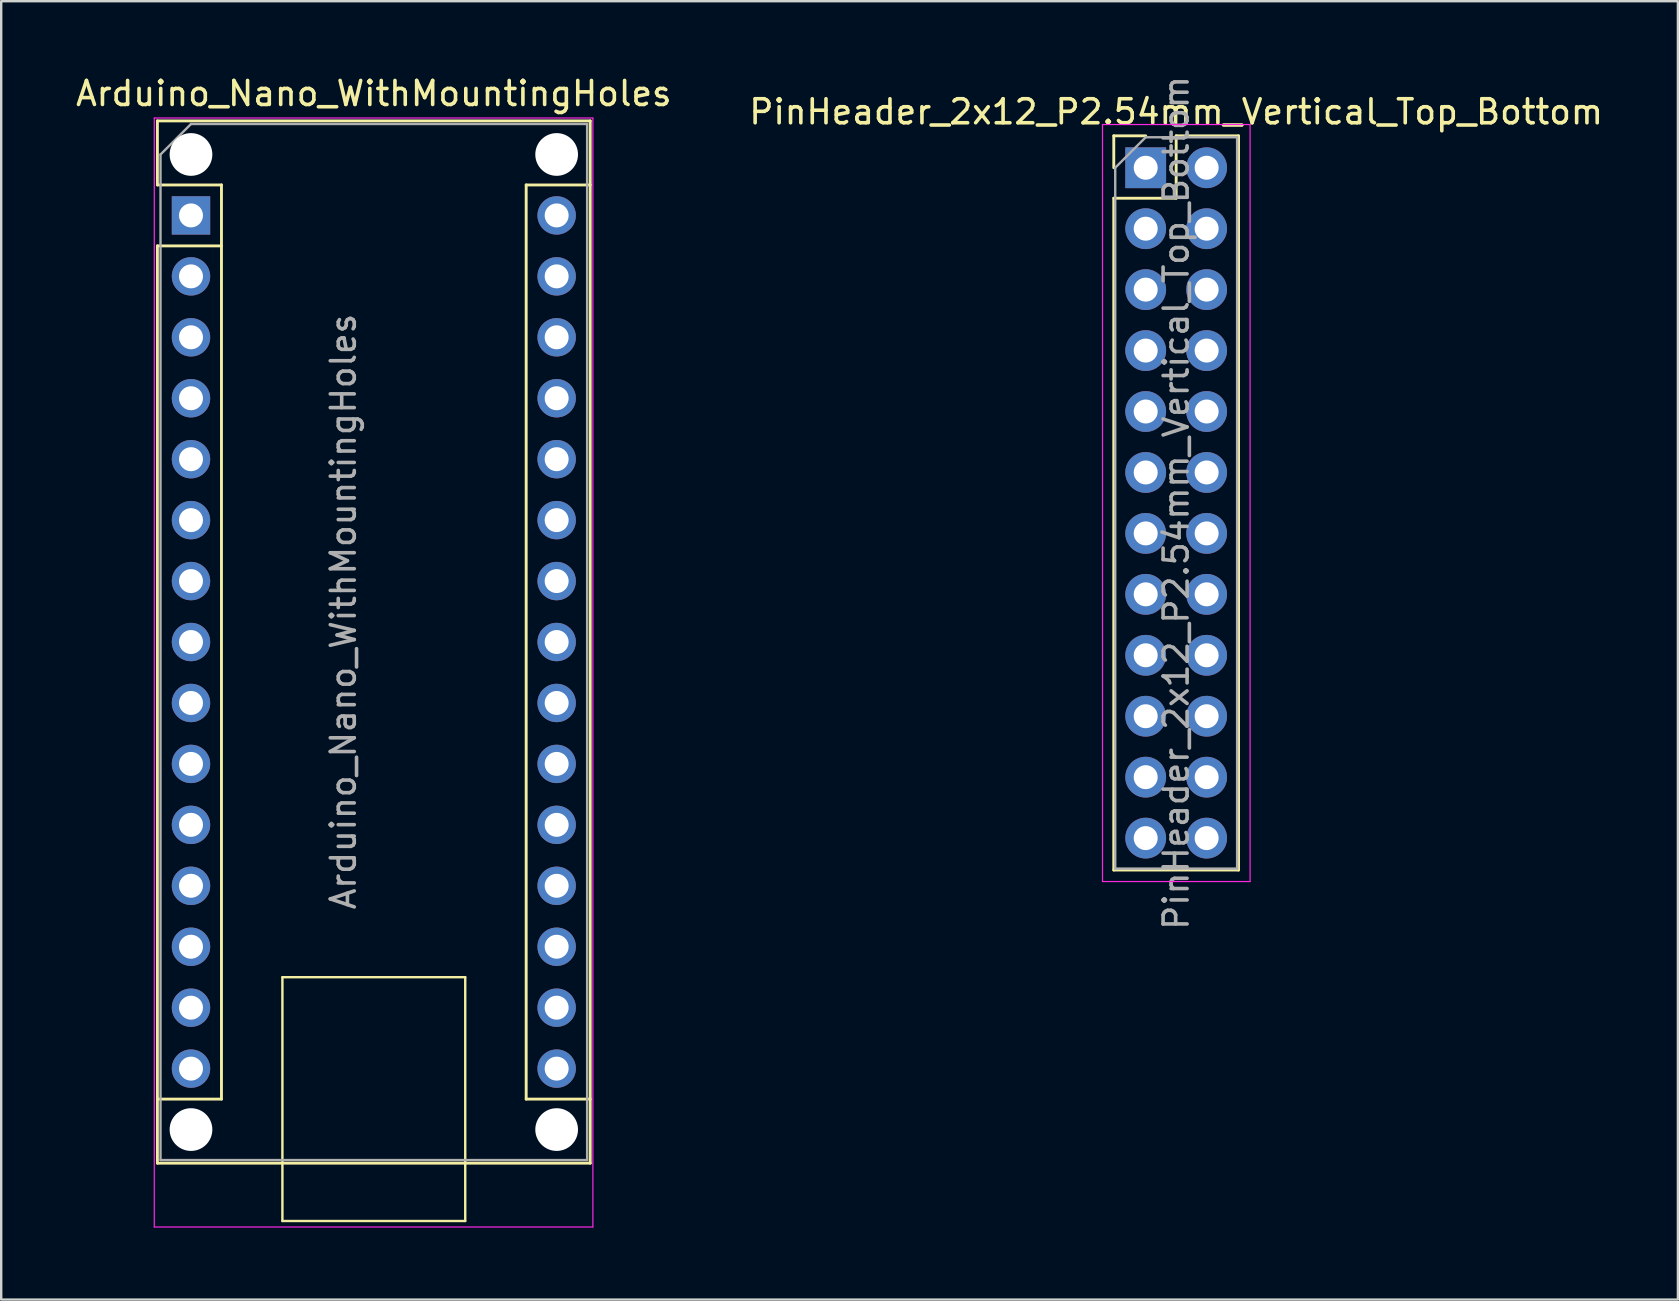
<source format=kicad_pcb>
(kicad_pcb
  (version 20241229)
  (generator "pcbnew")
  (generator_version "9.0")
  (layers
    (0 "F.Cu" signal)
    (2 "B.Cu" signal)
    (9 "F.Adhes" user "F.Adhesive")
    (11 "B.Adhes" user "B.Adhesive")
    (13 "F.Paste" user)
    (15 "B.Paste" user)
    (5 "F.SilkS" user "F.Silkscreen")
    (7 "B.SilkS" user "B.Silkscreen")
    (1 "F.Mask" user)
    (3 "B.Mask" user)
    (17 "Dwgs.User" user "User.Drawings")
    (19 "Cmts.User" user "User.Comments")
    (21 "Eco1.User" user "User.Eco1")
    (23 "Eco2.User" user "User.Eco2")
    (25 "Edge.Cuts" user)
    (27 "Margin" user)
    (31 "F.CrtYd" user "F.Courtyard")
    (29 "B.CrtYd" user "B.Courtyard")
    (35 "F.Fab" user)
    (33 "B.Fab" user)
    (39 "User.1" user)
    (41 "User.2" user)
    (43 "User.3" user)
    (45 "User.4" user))
  (footprint "Arduino_Nano_WithMountingHoles"
    (layer "F.Cu")
    (at 4.91 5.928)
    (property "Reference" "Arduino_Nano_WithMountingHoles" (at 7.62 -5.08 0) (layer "F.SilkS") (effects (font (size 1 1) (thickness 0.15))))
    (attr through_hole)
    (fp_line (start -1.4 -3.94) (end -1.4 -1.27) (stroke (width 0.12) (type solid)) (layer "F.SilkS"))
    (fp_line (start -1.4 1.27) (end -1.4 39.5) (stroke (width 0.12) (type solid)) (layer "F.SilkS"))
    (fp_line (start -1.4 39.5) (end 16.64 39.5) (stroke (width 0.12) (type solid)) (layer "F.SilkS"))
    (fp_line (start 1.27 -1.27) (end -1.4 -1.27) (stroke (width 0.12) (type solid)) (layer "F.SilkS"))
    (fp_line (start 1.27 1.27) (end -1.4 1.27) (stroke (width 0.12) (type solid)) (layer "F.SilkS"))
    (fp_line (start 1.27 1.27) (end 1.27 -1.27) (stroke (width 0.12) (type solid)) (layer "F.SilkS"))
    (fp_line (start 1.27 1.27) (end 1.27 36.83) (stroke (width 0.12) (type solid)) (layer "F.SilkS"))
    (fp_line (start 1.27 36.83) (end -1.4 36.83) (stroke (width 0.12) (type solid)) (layer "F.SilkS"))
    (fp_line (start 3.81 31.75) (end 11.43 31.75) (stroke (width 0.1) (type solid)) (layer "F.SilkS"))
    (fp_line (start 3.81 41.91) (end 3.81 31.75) (stroke (width 0.1) (type solid)) (layer "F.SilkS"))
    (fp_line (start 11.43 31.75) (end 11.43 41.91) (stroke (width 0.1) (type solid)) (layer "F.SilkS"))
    (fp_line (start 11.43 41.91) (end 3.81 41.91) (stroke (width 0.1) (type solid)) (layer "F.SilkS"))
    (fp_line (start 13.97 -1.27) (end 13.97 36.83) (stroke (width 0.12) (type solid)) (layer "F.SilkS"))
    (fp_line (start 13.97 -1.27) (end 16.64 -1.27) (stroke (width 0.12) (type solid)) (layer "F.SilkS"))
    (fp_line (start 13.97 36.83) (end 16.64 36.83) (stroke (width 0.12) (type solid)) (layer "F.SilkS"))
    (fp_line (start 16.64 -3.94) (end -1.4 -3.94) (stroke (width 0.12) (type solid)) (layer "F.SilkS"))
    (fp_line (start 16.64 39.5) (end 16.64 -3.94) (stroke (width 0.12) (type solid)) (layer "F.SilkS"))
    (fp_line (start -1.53 -4.06) (end -1.53 42.16) (stroke (width 0.05) (type solid)) (layer "F.CrtYd"))
    (fp_line (start -1.53 -4.06) (end 16.75 -4.06) (stroke (width 0.05) (type solid)) (layer "F.CrtYd"))
    (fp_line (start 16.75 42.16) (end -1.53 42.16) (stroke (width 0.05) (type solid)) (layer "F.CrtYd"))
    (fp_line (start 16.75 42.16) (end 16.75 -4.06) (stroke (width 0.05) (type solid)) (layer "F.CrtYd"))
    (fp_line (start -1.27 -2.54) (end 0 -3.81) (stroke (width 0.1) (type solid)) (layer "F.Fab"))
    (fp_line (start -1.27 39.37) (end -1.27 -2.54) (stroke (width 0.1) (type solid)) (layer "F.Fab"))
    (fp_line (start 0 -3.81) (end 16.51 -3.81) (stroke (width 0.1) (type solid)) (layer "F.Fab"))
    (fp_line (start 16.51 -3.81) (end 16.51 39.37) (stroke (width 0.1) (type solid)) (layer "F.Fab"))
    (fp_line (start 16.51 39.37) (end -1.27 39.37) (stroke (width 0.1) (type solid)) (layer "F.Fab"))
    (fp_text user "${REFERENCE}" (at 6.35 16.51 90) (layer "F.Fab") (effects (font (size 1 1) (thickness 0.15))))
    (pad "" np_thru_hole circle (at 0 -2.54) (size 1.78 1.78) (drill 1.78) (layers "*.Cu" "*.Mask"))
    (pad "" np_thru_hole circle (at 0 38.1) (size 1.78 1.78) (drill 1.78) (layers "*.Cu" "*.Mask"))
    (pad "" np_thru_hole circle (at 15.24 -2.54) (size 1.78 1.78) (drill 1.78) (layers "*.Cu" "*.Mask"))
    (pad "" np_thru_hole circle (at 15.24 38.1) (size 1.78 1.78) (drill 1.78) (layers "*.Cu" "*.Mask"))
    (pad "1" thru_hole rect (at 0 0) (size 1.6 1.6) (drill 1) (layers "*.Cu" "*.Mask"))
    (pad "2" thru_hole oval (at 0 2.54) (size 1.6 1.6) (drill 1) (layers "*.Cu" "*.Mask"))
    (pad "3" thru_hole oval (at 0 5.08) (size 1.6 1.6) (drill 1) (layers "*.Cu" "*.Mask"))
    (pad "4" thru_hole oval (at 0 7.62) (size 1.6 1.6) (drill 1) (layers "*.Cu" "*.Mask"))
    (pad "5" thru_hole oval (at 0 10.16) (size 1.6 1.6) (drill 1) (layers "*.Cu" "*.Mask"))
    (pad "6" thru_hole oval (at 0 12.7) (size 1.6 1.6) (drill 1) (layers "*.Cu" "*.Mask"))
    (pad "7" thru_hole oval (at 0 15.24) (size 1.6 1.6) (drill 1) (layers "*.Cu" "*.Mask"))
    (pad "8" thru_hole oval (at 0 17.78) (size 1.6 1.6) (drill 1) (layers "*.Cu" "*.Mask"))
    (pad "9" thru_hole oval (at 0 20.32) (size 1.6 1.6) (drill 1) (layers "*.Cu" "*.Mask"))
    (pad "10" thru_hole oval (at 0 22.86) (size 1.6 1.6) (drill 1) (layers "*.Cu" "*.Mask"))
    (pad "11" thru_hole oval (at 0 25.4) (size 1.6 1.6) (drill 1) (layers "*.Cu" "*.Mask"))
    (pad "12" thru_hole oval (at 0 27.94) (size 1.6 1.6) (drill 1) (layers "*.Cu" "*.Mask"))
    (pad "13" thru_hole oval (at 0 30.48) (size 1.6 1.6) (drill 1) (layers "*.Cu" "*.Mask"))
    (pad "14" thru_hole oval (at 0 33.02) (size 1.6 1.6) (drill 1) (layers "*.Cu" "*.Mask"))
    (pad "15" thru_hole oval (at 0 35.56) (size 1.6 1.6) (drill 1) (layers "*.Cu" "*.Mask"))
    (pad "16" thru_hole oval (at 15.24 35.56) (size 1.6 1.6) (drill 1) (layers "*.Cu" "*.Mask"))
    (pad "17" thru_hole oval (at 15.24 33.02) (size 1.6 1.6) (drill 1) (layers "*.Cu" "*.Mask"))
    (pad "18" thru_hole oval (at 15.24 30.48) (size 1.6 1.6) (drill 1) (layers "*.Cu" "*.Mask"))
    (pad "19" thru_hole oval (at 15.24 27.94) (size 1.6 1.6) (drill 1) (layers "*.Cu" "*.Mask"))
    (pad "20" thru_hole oval (at 15.24 25.4) (size 1.6 1.6) (drill 1) (layers "*.Cu" "*.Mask"))
    (pad "21" thru_hole oval (at 15.24 22.86) (size 1.6 1.6) (drill 1) (layers "*.Cu" "*.Mask"))
    (pad "22" thru_hole oval (at 15.24 20.32) (size 1.6 1.6) (drill 1) (layers "*.Cu" "*.Mask"))
    (pad "23" thru_hole oval (at 15.24 17.78) (size 1.6 1.6) (drill 1) (layers "*.Cu" "*.Mask"))
    (pad "24" thru_hole oval (at 15.24 15.24) (size 1.6 1.6) (drill 1) (layers "*.Cu" "*.Mask"))
    (pad "25" thru_hole oval (at 15.24 12.7) (size 1.6 1.6) (drill 1) (layers "*.Cu" "*.Mask"))
    (pad "26" thru_hole oval (at 15.24 10.16) (size 1.6 1.6) (drill 1) (layers "*.Cu" "*.Mask"))
    (pad "27" thru_hole oval (at 15.24 7.62) (size 1.6 1.6) (drill 1) (layers "*.Cu" "*.Mask"))
    (pad "28" thru_hole oval (at 15.24 5.08) (size 1.6 1.6) (drill 1) (layers "*.Cu" "*.Mask"))
    (pad "29" thru_hole oval (at 15.24 2.54) (size 1.6 1.6) (drill 1) (layers "*.Cu" "*.Mask"))
    (pad "30" thru_hole oval (at 15.24 0) (size 1.6 1.6) (drill 1) (layers "*.Cu" "*.Mask")))
  (footprint "PinHeader_2x12_P2.54mm_Vertical_Top_Bottom"
    (layer "F.Cu")
    (at 44.7 3.941)
    (property "Reference" "PinHeader_2x12_P2.54mm_Vertical_Top_Bottom" (at 1.27 -2.33 0) (layer "F.SilkS") (effects (font (size 1 1) (thickness 0.15))))
    (attr through_hole)
    (fp_line (start -1.33 -1.33) (end 0 -1.33) (stroke (width 0.12) (type solid)) (layer "F.SilkS"))
    (fp_line (start -1.33 0) (end -1.33 -1.33) (stroke (width 0.12) (type solid)) (layer "F.SilkS"))
    (fp_line (start -1.33 1.27) (end -1.33 29.27) (stroke (width 0.12) (type solid)) (layer "F.SilkS"))
    (fp_line (start -1.33 1.27) (end 1.27 1.27) (stroke (width 0.12) (type solid)) (layer "F.SilkS"))
    (fp_line (start -1.33 29.27) (end 3.87 29.27) (stroke (width 0.12) (type solid)) (layer "F.SilkS"))
    (fp_line (start 1.27 -1.33) (end 3.87 -1.33) (stroke (width 0.12) (type solid)) (layer "F.SilkS"))
    (fp_line (start 1.27 1.27) (end 1.27 -1.33) (stroke (width 0.12) (type solid)) (layer "F.SilkS"))
    (fp_line (start 3.87 -1.33) (end 3.87 29.27) (stroke (width 0.12) (type solid)) (layer "F.SilkS"))
    (fp_line (start -1.8 -1.8) (end -1.8 29.75) (stroke (width 0.05) (type solid)) (layer "F.CrtYd"))
    (fp_line (start -1.8 29.75) (end 4.35 29.75) (stroke (width 0.05) (type solid)) (layer "F.CrtYd"))
    (fp_line (start 4.35 -1.8) (end -1.8 -1.8) (stroke (width 0.05) (type solid)) (layer "F.CrtYd"))
    (fp_line (start 4.35 29.75) (end 4.35 -1.8) (stroke (width 0.05) (type solid)) (layer "F.CrtYd"))
    (fp_line (start -1.27 0) (end 0 -1.27) (stroke (width 0.1) (type solid)) (layer "F.Fab"))
    (fp_line (start -1.27 29.21) (end -1.27 0) (stroke (width 0.1) (type solid)) (layer "F.Fab"))
    (fp_line (start 0 -1.27) (end 3.81 -1.27) (stroke (width 0.1) (type solid)) (layer "F.Fab"))
    (fp_line (start 3.81 -1.27) (end 3.81 29.21) (stroke (width 0.1) (type solid)) (layer "F.Fab"))
    (fp_line (start 3.81 29.21) (end -1.27 29.21) (stroke (width 0.1) (type solid)) (layer "F.Fab"))
    (fp_text user "${REFERENCE}" (at 1.27 13.97 90) (layer "F.Fab") (effects (font (size 1 1) (thickness 0.15))))
    (pad "1" thru_hole rect (at 0 0) (size 1.7 1.7) (drill 1) (layers "*.Cu" "*.Mask"))
    (pad "2" thru_hole oval (at 0 2.54) (size 1.7 1.7) (drill 1) (layers "*.Cu" "*.Mask"))
    (pad "3" thru_hole oval (at 0 5.08) (size 1.7 1.7) (drill 1) (layers "*.Cu" "*.Mask"))
    (pad "4" thru_hole oval (at 0 7.62) (size 1.7 1.7) (drill 1) (layers "*.Cu" "*.Mask"))
    (pad "5" thru_hole oval (at 0 10.16) (size 1.7 1.7) (drill 1) (layers "*.Cu" "*.Mask"))
    (pad "6" thru_hole oval (at 0 12.7) (size 1.7 1.7) (drill 1) (layers "*.Cu" "*.Mask"))
    (pad "7" thru_hole oval (at 0 15.24) (size 1.7 1.7) (drill 1) (layers "*.Cu" "*.Mask"))
    (pad "8" thru_hole oval (at 0 17.78) (size 1.7 1.7) (drill 1) (layers "*.Cu" "*.Mask"))
    (pad "9" thru_hole oval (at 0 20.32) (size 1.7 1.7) (drill 1) (layers "*.Cu" "*.Mask"))
    (pad "10" thru_hole oval (at 0 22.86) (size 1.7 1.7) (drill 1) (layers "*.Cu" "*.Mask"))
    (pad "11" thru_hole oval (at 0 25.4) (size 1.7 1.7) (drill 1) (layers "*.Cu" "*.Mask"))
    (pad "12" thru_hole oval (at 0 27.94) (size 1.7 1.7) (drill 1) (layers "*.Cu" "*.Mask"))
    (pad "13" thru_hole oval (at 2.54 0) (size 1.7 1.7) (drill 1) (layers "*.Cu" "*.Mask"))
    (pad "14" thru_hole oval (at 2.54 2.54) (size 1.7 1.7) (drill 1) (layers "*.Cu" "*.Mask"))
    (pad "15" thru_hole oval (at 2.54 5.08) (size 1.7 1.7) (drill 1) (layers "*.Cu" "*.Mask"))
    (pad "16" thru_hole oval (at 2.54 7.62) (size 1.7 1.7) (drill 1) (layers "*.Cu" "*.Mask"))
    (pad "17" thru_hole oval (at 2.54 10.16) (size 1.7 1.7) (drill 1) (layers "*.Cu" "*.Mask"))
    (pad "18" thru_hole oval (at 2.54 12.7) (size 1.7 1.7) (drill 1) (layers "*.Cu" "*.Mask"))
    (pad "19" thru_hole oval (at 2.54 15.24) (size 1.7 1.7) (drill 1) (layers "*.Cu" "*.Mask"))
    (pad "20" thru_hole oval (at 2.54 17.78) (size 1.7 1.7) (drill 1) (layers "*.Cu" "*.Mask"))
    (pad "21" thru_hole oval (at 2.54 20.32) (size 1.7 1.7) (drill 1) (layers "*.Cu" "*.Mask"))
    (pad "22" thru_hole oval (at 2.54 22.86) (size 1.7 1.7) (drill 1) (layers "*.Cu" "*.Mask"))
    (pad "23" thru_hole oval (at 2.54 25.4) (size 1.7 1.7) (drill 1) (layers "*.Cu" "*.Mask"))
    (pad "24" thru_hole oval (at 2.54 27.94) (size 1.7 1.7) (drill 1) (layers "*.Cu" "*.Mask")))
  (gr_rect
    (start -3 -3)
    (end 66.881 51.113)
    (stroke (width 0.1) (type default))
    (fill no)
    (layer "Edge.Cuts")))
</source>
